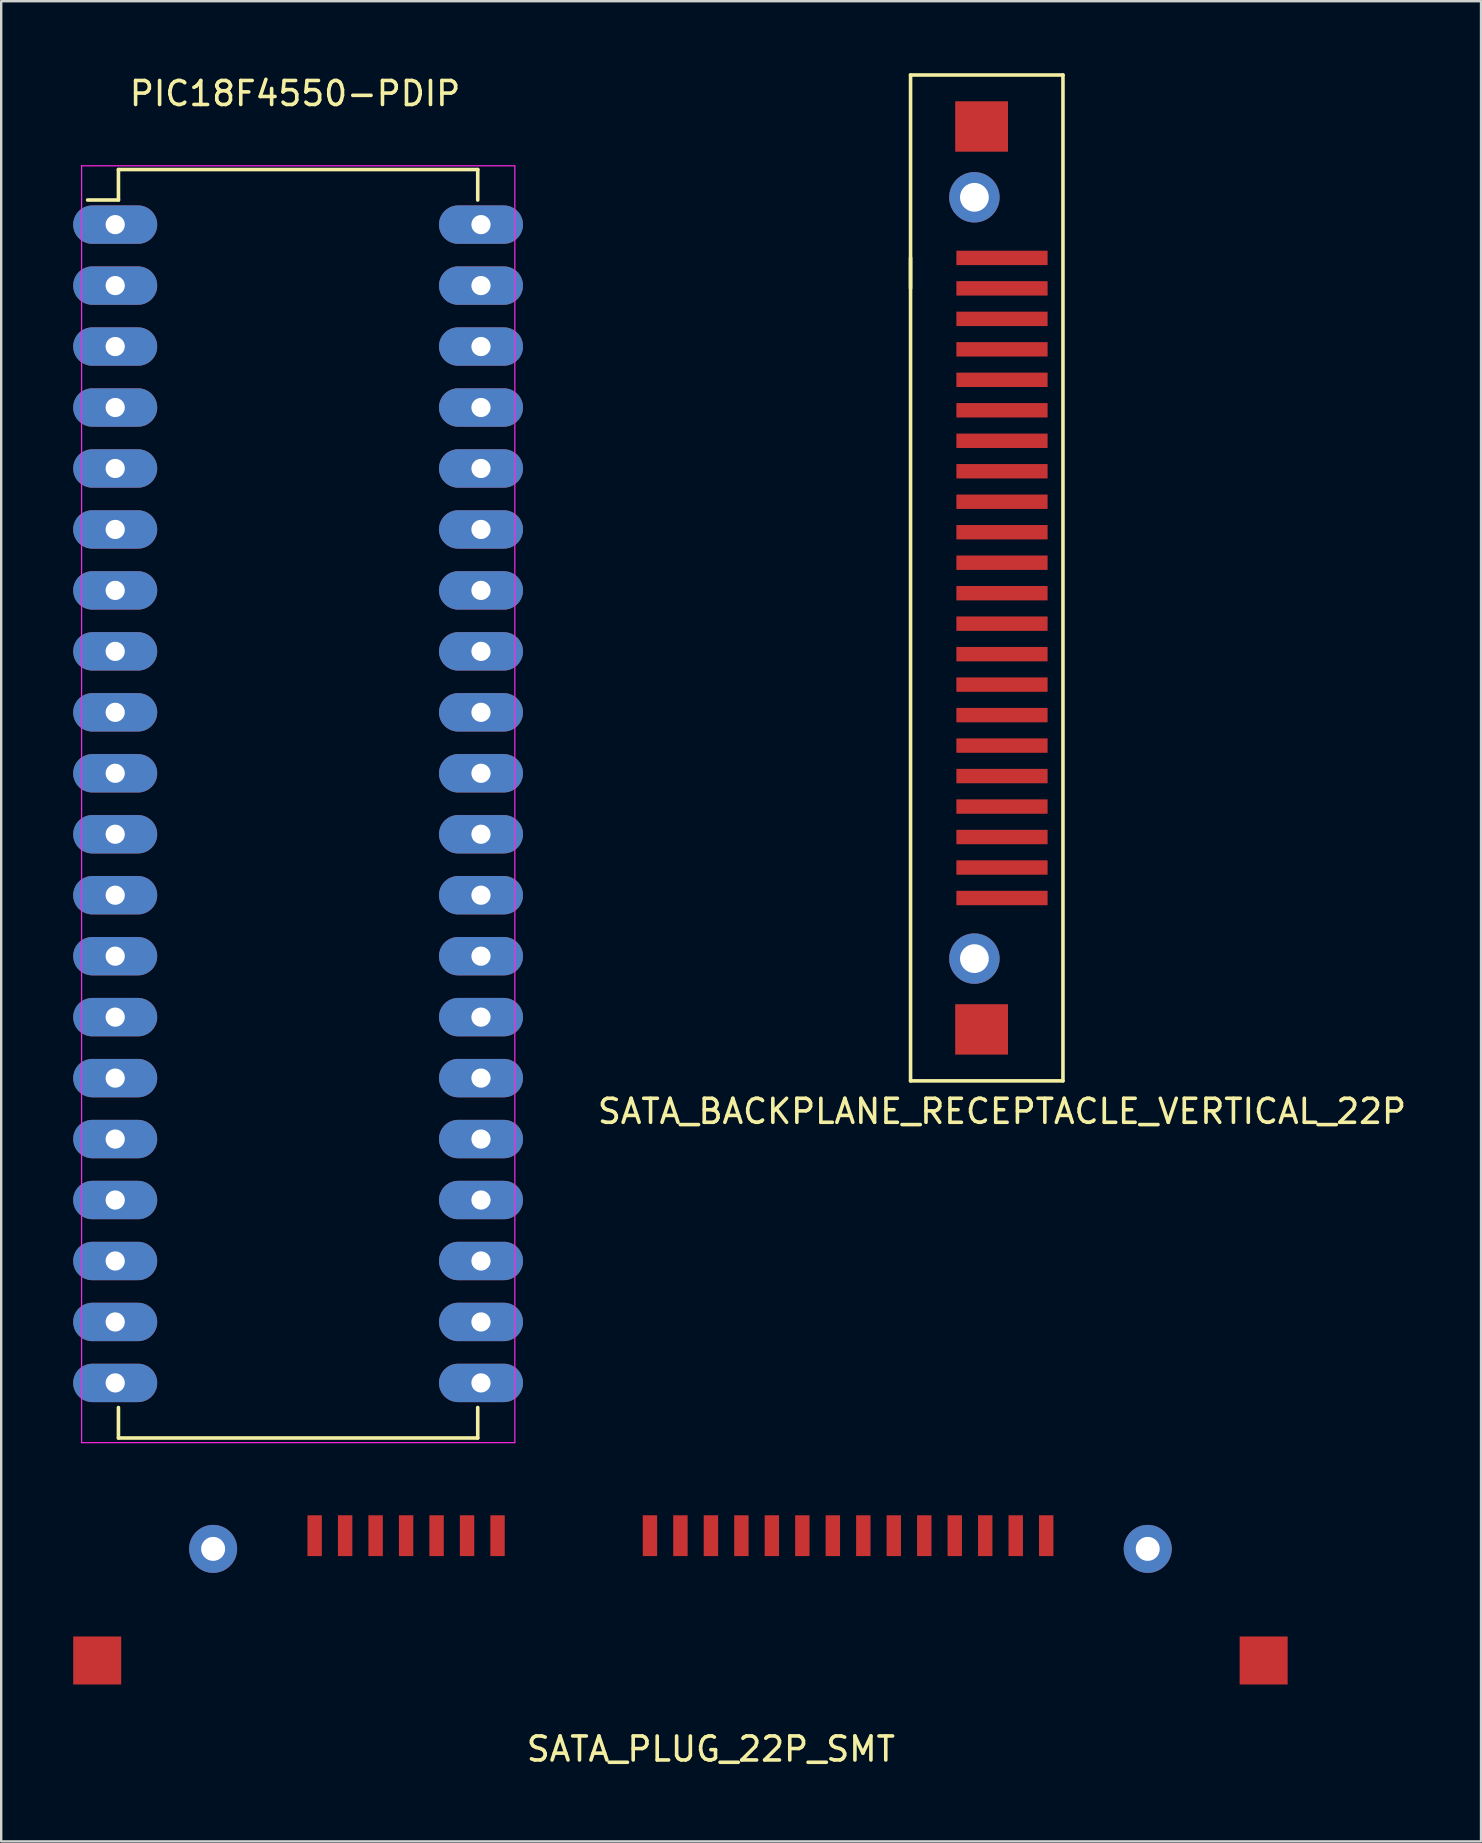
<source format=kicad_pcb>
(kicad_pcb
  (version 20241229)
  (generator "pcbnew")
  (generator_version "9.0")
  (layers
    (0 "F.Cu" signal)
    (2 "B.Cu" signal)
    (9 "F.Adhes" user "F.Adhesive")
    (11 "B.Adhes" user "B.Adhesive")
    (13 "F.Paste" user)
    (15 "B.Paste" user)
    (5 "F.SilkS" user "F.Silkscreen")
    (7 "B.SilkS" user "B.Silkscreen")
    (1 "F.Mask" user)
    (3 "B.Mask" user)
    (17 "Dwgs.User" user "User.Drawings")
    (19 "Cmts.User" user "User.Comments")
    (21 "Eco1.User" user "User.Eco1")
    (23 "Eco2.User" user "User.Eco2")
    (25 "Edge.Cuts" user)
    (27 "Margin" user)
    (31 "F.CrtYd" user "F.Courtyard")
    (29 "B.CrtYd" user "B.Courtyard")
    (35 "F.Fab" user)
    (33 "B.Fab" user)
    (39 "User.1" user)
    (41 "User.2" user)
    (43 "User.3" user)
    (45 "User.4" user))
  (footprint "PIC18F4550-PDIP"
    (layer "F.Cu")
    (at 1.75 6.309)
    (property "Reference" "PIC18F4550-PDIP" (at 7.493 -5.461 0) (layer "F.SilkS") (effects (font (size 1 1) (thickness 0.15))))
    (attr through_hole)
    (fp_line (start 0.135 -2.295) (end 0.135 -1.025) (stroke (width 0.15) (type solid)) (layer "F.SilkS"))
    (fp_line (start 0.135 -2.295) (end 15.105 -2.295) (stroke (width 0.15) (type solid)) (layer "F.SilkS"))
    (fp_line (start 0.135 -1.025) (end -1.15 -1.025) (stroke (width 0.15) (type solid)) (layer "F.SilkS"))
    (fp_line (start 0.135 50.555) (end 0.135 49.285) (stroke (width 0.15) (type solid)) (layer "F.SilkS"))
    (fp_line (start 0.135 50.555) (end 15.105 50.555) (stroke (width 0.15) (type solid)) (layer "F.SilkS"))
    (fp_line (start 15.105 -2.295) (end 15.105 -1.025) (stroke (width 0.15) (type solid)) (layer "F.SilkS"))
    (fp_line (start 15.105 50.555) (end 15.105 49.285) (stroke (width 0.15) (type solid)) (layer "F.SilkS"))
    (fp_line (start -1.4 -2.45) (end -1.4 50.75) (stroke (width 0.05) (type solid)) (layer "F.CrtYd"))
    (fp_line (start -1.4 -2.45) (end 16.65 -2.45) (stroke (width 0.05) (type solid)) (layer "F.CrtYd"))
    (fp_line (start -1.4 50.75) (end 16.65 50.75) (stroke (width 0.05) (type solid)) (layer "F.CrtYd"))
    (fp_line (start 16.65 -2.45) (end 16.65 50.75) (stroke (width 0.05) (type solid)) (layer "F.CrtYd"))
    (pad "1" thru_hole oval (at 0 0) (size 3.5 1.6) (drill 0.8) (layers "*.Cu" "*.Mask"))
    (pad "2" thru_hole oval (at 0 2.54) (size 3.5 1.6) (drill 0.8) (layers "*.Cu" "*.Mask"))
    (pad "3" thru_hole oval (at 0 5.08) (size 3.5 1.6) (drill 0.8) (layers "*.Cu" "*.Mask"))
    (pad "4" thru_hole oval (at 0 7.62) (size 3.5 1.6) (drill 0.8) (layers "*.Cu" "*.Mask"))
    (pad "5" thru_hole oval (at 0 10.16) (size 3.5 1.6) (drill 0.8) (layers "*.Cu" "*.Mask"))
    (pad "6" thru_hole oval (at 0 12.7) (size 3.5 1.6) (drill 0.8) (layers "*.Cu" "*.Mask"))
    (pad "7" thru_hole oval (at 0 15.24) (size 3.5 1.6) (drill 0.8) (layers "*.Cu" "*.Mask"))
    (pad "8" thru_hole oval (at 0 17.78) (size 3.5 1.6) (drill 0.8) (layers "*.Cu" "*.Mask"))
    (pad "9" thru_hole oval (at 0 20.32) (size 3.5 1.6) (drill 0.8) (layers "*.Cu" "*.Mask"))
    (pad "10" thru_hole oval (at 0 22.86) (size 3.5 1.6) (drill 0.8) (layers "*.Cu" "*.Mask"))
    (pad "11" thru_hole oval (at 0 25.4) (size 3.5 1.6) (drill 0.8) (layers "*.Cu" "*.Mask"))
    (pad "12" thru_hole oval (at 0 27.94) (size 3.5 1.6) (drill 0.8) (layers "*.Cu" "*.Mask"))
    (pad "13" thru_hole oval (at 0 30.48) (size 3.5 1.6) (drill 0.8) (layers "*.Cu" "*.Mask"))
    (pad "14" thru_hole oval (at 0 33.02) (size 3.5 1.6) (drill 0.8) (layers "*.Cu" "*.Mask"))
    (pad "15" thru_hole oval (at 0 35.56) (size 3.5 1.6) (drill 0.8) (layers "*.Cu" "*.Mask"))
    (pad "16" thru_hole oval (at 0 38.1) (size 3.5 1.6) (drill 0.8) (layers "*.Cu" "*.Mask"))
    (pad "17" thru_hole oval (at 0 40.64) (size 3.5 1.6) (drill 0.8) (layers "*.Cu" "*.Mask"))
    (pad "18" thru_hole oval (at 0 43.18) (size 3.5 1.6) (drill 0.8) (layers "*.Cu" "*.Mask"))
    (pad "19" thru_hole oval (at 0 45.72) (size 3.5 1.6) (drill 0.8) (layers "*.Cu" "*.Mask"))
    (pad "20" thru_hole oval (at 0 48.26) (size 3.5 1.6) (drill 0.8) (layers "*.Cu" "*.Mask"))
    (pad "21" thru_hole oval (at 15.24 48.26) (size 3.5 1.6) (drill 0.8) (layers "*.Cu" "*.Mask"))
    (pad "22" thru_hole oval (at 15.24 45.72) (size 3.5 1.6) (drill 0.8) (layers "*.Cu" "*.Mask"))
    (pad "23" thru_hole oval (at 15.24 43.18) (size 3.5 1.6) (drill 0.8) (layers "*.Cu" "*.Mask"))
    (pad "24" thru_hole oval (at 15.24 40.64) (size 3.5 1.6) (drill 0.8) (layers "*.Cu" "*.Mask"))
    (pad "25" thru_hole oval (at 15.24 38.1) (size 3.5 1.6) (drill 0.8) (layers "*.Cu" "*.Mask"))
    (pad "26" thru_hole oval (at 15.24 35.56) (size 3.5 1.6) (drill 0.8) (layers "*.Cu" "*.Mask"))
    (pad "27" thru_hole oval (at 15.24 33.02) (size 3.5 1.6) (drill 0.8) (layers "*.Cu" "*.Mask"))
    (pad "28" thru_hole oval (at 15.24 30.48) (size 3.5 1.6) (drill 0.8) (layers "*.Cu" "*.Mask"))
    (pad "29" thru_hole oval (at 15.24 27.94) (size 3.5 1.6) (drill 0.8) (layers "*.Cu" "*.Mask"))
    (pad "30" thru_hole oval (at 15.24 25.4) (size 3.5 1.6) (drill 0.8) (layers "*.Cu" "*.Mask"))
    (pad "31" thru_hole oval (at 15.24 22.86) (size 3.5 1.6) (drill 0.8) (layers "*.Cu" "*.Mask"))
    (pad "32" thru_hole oval (at 15.24 20.32) (size 3.5 1.6) (drill 0.8) (layers "*.Cu" "*.Mask"))
    (pad "33" thru_hole oval (at 15.24 17.78) (size 3.5 1.6) (drill 0.8) (layers "*.Cu" "*.Mask"))
    (pad "34" thru_hole oval (at 15.24 15.24) (size 3.5 1.6) (drill 0.8) (layers "*.Cu" "*.Mask"))
    (pad "35" thru_hole oval (at 15.24 12.7) (size 3.5 1.6) (drill 0.8) (layers "*.Cu" "*.Mask"))
    (pad "36" thru_hole oval (at 15.24 10.16) (size 3.5 1.6) (drill 0.8) (layers "*.Cu" "*.Mask"))
    (pad "37" thru_hole oval (at 15.24 7.62) (size 3.5 1.6) (drill 0.8) (layers "*.Cu" "*.Mask"))
    (pad "38" thru_hole oval (at 15.24 5.08) (size 3.5 1.6) (drill 0.8) (layers "*.Cu" "*.Mask"))
    (pad "39" thru_hole oval (at 15.24 2.54) (size 3.5 1.6) (drill 0.8) (layers "*.Cu" "*.Mask"))
    (pad "40" thru_hole oval (at 15.24 0) (size 3.5 1.6) (drill 0.8) (layers "*.Cu" "*.Mask")))
  (footprint "SATA_BACKPLANE_RECEPTACLE_VERTICAL_22P"
    (layer "F.Cu")
    (at 36.158 7.695)
    (property "Reference" "SATA_BACKPLANE_RECEPTACLE_VERTICAL_22P" (at 2.54 35.56 0) (layer "F.SilkS") (effects (font (size 1 1) (thickness 0.15))))
    (attr through_hole)
    (fp_line (start -1.27 -7.62) (end -1.27 1.27) (stroke (width 0.15) (type solid)) (layer "F.SilkS"))
    (fp_line (start -1.27 -7.62) (end 5.08 -7.62) (stroke (width 0.15) (type solid)) (layer "F.SilkS"))
    (fp_line (start -1.27 34.29) (end -1.27 0) (stroke (width 0.15) (type solid)) (layer "F.SilkS"))
    (fp_line (start 5.08 -7.62) (end 5.08 34.29) (stroke (width 0.15) (type solid)) (layer "F.SilkS"))
    (fp_line (start 5.08 34.29) (end -1.27 34.29) (stroke (width 0.15) (type solid)) (layer "F.SilkS"))
    (pad "" np_thru_hole circle (at 1.39 -2.525) (size 2.1 2.1) (drill 1.2) (layers "*.Cu" "*.Mask"))
    (pad "" np_thru_hole circle (at 1.39 29.195) (size 2.1 2.1) (drill 1.2) (layers "*.Cu" "*.Mask"))
    (pad "1" smd rect (at 2.54 0) (size 3.8 0.6) (layers "F.Cu" "F.Mask" "F.Paste"))
    (pad "2" smd rect (at 2.54 1.27) (size 3.8 0.6) (layers "F.Cu" "F.Mask" "F.Paste"))
    (pad "3" smd rect (at 2.54 2.54) (size 3.8 0.6) (layers "F.Cu" "F.Mask" "F.Paste"))
    (pad "4" smd rect (at 2.54 3.81) (size 3.8 0.6) (layers "F.Cu" "F.Mask" "F.Paste"))
    (pad "5" smd rect (at 2.54 5.08) (size 3.8 0.6) (layers "F.Cu" "F.Mask" "F.Paste"))
    (pad "6" smd rect (at 2.54 6.35) (size 3.8 0.6) (layers "F.Cu" "F.Mask" "F.Paste"))
    (pad "7" smd rect (at 2.54 7.62) (size 3.8 0.6) (layers "F.Cu" "F.Mask" "F.Paste"))
    (pad "8" smd rect (at 2.54 8.89) (size 3.8 0.6) (layers "F.Cu" "F.Mask" "F.Paste"))
    (pad "9" smd rect (at 2.54 10.16) (size 3.8 0.6) (layers "F.Cu" "F.Mask" "F.Paste"))
    (pad "10" smd rect (at 2.54 11.43) (size 3.8 0.6) (layers "F.Cu" "F.Mask" "F.Paste"))
    (pad "11" smd rect (at 2.54 12.7) (size 3.8 0.6) (layers "F.Cu" "F.Mask" "F.Paste"))
    (pad "12" smd rect (at 2.54 13.97) (size 3.8 0.6) (layers "F.Cu" "F.Mask" "F.Paste"))
    (pad "13" smd rect (at 2.54 15.24) (size 3.8 0.6) (layers "F.Cu" "F.Mask" "F.Paste"))
    (pad "14" smd rect (at 2.54 16.51) (size 3.8 0.6) (layers "F.Cu" "F.Mask" "F.Paste"))
    (pad "15" smd rect (at 2.54 17.78) (size 3.8 0.6) (layers "F.Cu" "F.Mask" "F.Paste"))
    (pad "16" smd rect (at 2.54 19.05) (size 3.8 0.6) (layers "F.Cu" "F.Mask" "F.Paste"))
    (pad "17" smd rect (at 2.54 20.32) (size 3.8 0.6) (layers "F.Cu" "F.Mask" "F.Paste"))
    (pad "18" smd rect (at 2.54 21.59) (size 3.8 0.6) (layers "F.Cu" "F.Mask" "F.Paste"))
    (pad "19" smd rect (at 2.54 22.86) (size 3.8 0.6) (layers "F.Cu" "F.Mask" "F.Paste"))
    (pad "20" smd rect (at 2.54 24.13) (size 3.8 0.6) (layers "F.Cu" "F.Mask" "F.Paste"))
    (pad "21" smd rect (at 2.54 25.4) (size 3.8 0.6) (layers "F.Cu" "F.Mask" "F.Paste"))
    (pad "22" smd rect (at 2.54 26.67) (size 3.8 0.6) (layers "F.Cu" "F.Mask" "F.Paste"))
    (pad "23" smd rect (at 1.69 -5.475) (size 2.2 2.1) (layers "F.Cu" "F.Mask" "F.Paste"))
    (pad "23" smd rect (at 1.69 32.145) (size 2.2 2.1) (layers "F.Cu" "F.Mask" "F.Paste")))
  (footprint "SATA_PLUG_22P_SMT"
    (layer "F.Cu")
    (at 10.06 60.934)
    (property "Reference" "SATA_PLUG_22P_SMT" (at 16.51 8.89 0) (layer "F.SilkS") (effects (font (size 1 1) (thickness 0.15))))
    (attr through_hole)
    (pad "1" smd rect (at 0 0) (size 0.6 1.7) (layers "F.Cu" "F.Mask" "F.Paste"))
    (pad "2" smd rect (at 1.27 0) (size 0.6 1.7) (layers "F.Cu" "F.Mask" "F.Paste"))
    (pad "3" smd rect (at 2.54 0) (size 0.6 1.7) (layers "F.Cu" "F.Mask" "F.Paste"))
    (pad "4" smd rect (at 3.81 0) (size 0.6 1.7) (layers "F.Cu" "F.Mask" "F.Paste"))
    (pad "5" smd rect (at 5.08 0) (size 0.6 1.7) (layers "F.Cu" "F.Mask" "F.Paste"))
    (pad "6" smd rect (at 6.35 0) (size 0.6 1.7) (layers "F.Cu" "F.Mask" "F.Paste"))
    (pad "7" smd rect (at 7.62 0) (size 0.6 1.7) (layers "F.Cu" "F.Mask" "F.Paste"))
    (pad "8" smd rect (at 13.97 0) (size 0.6 1.7) (layers "F.Cu" "F.Mask" "F.Paste"))
    (pad "9" thru_hole circle (at 34.71 0.55) (size 2 2) (drill 1) (layers "*.Cu" "*.Mask"))
    (pad "10" thru_hole circle (at -4.23 0.55) (size 2 2) (drill 1) (layers "*.Cu" "*.Mask"))
    (pad "10" smd rect (at 15.24 0) (size 0.6 1.7) (layers "F.Cu" "F.Mask" "F.Paste"))
    (pad "11" smd rect (at 16.51 0) (size 0.6 1.7) (layers "F.Cu" "F.Mask" "F.Paste"))
    (pad "12" smd rect (at 17.78 0) (size 0.6 1.7) (layers "F.Cu" "F.Mask" "F.Paste"))
    (pad "13" smd rect (at 19.05 0) (size 0.6 1.7) (layers "F.Cu" "F.Mask" "F.Paste"))
    (pad "14" smd rect (at 20.32 0) (size 0.6 1.7) (layers "F.Cu" "F.Mask" "F.Paste"))
    (pad "15" smd rect (at 21.59 0) (size 0.6 1.7) (layers "F.Cu" "F.Mask" "F.Paste"))
    (pad "16" smd rect (at 22.86 0) (size 0.6 1.7) (layers "F.Cu" "F.Mask" "F.Paste"))
    (pad "17" smd rect (at 24.13 0) (size 0.6 1.7) (layers "F.Cu" "F.Mask" "F.Paste"))
    (pad "18" smd rect (at 25.4 0) (size 0.6 1.7) (layers "F.Cu" "F.Mask" "F.Paste"))
    (pad "19" smd rect (at 26.67 0) (size 0.6 1.7) (layers "F.Cu" "F.Mask" "F.Paste"))
    (pad "20" smd rect (at 27.94 0) (size 0.6 1.7) (layers "F.Cu" "F.Mask" "F.Paste"))
    (pad "21" smd rect (at 29.21 0) (size 0.6 1.7) (layers "F.Cu" "F.Mask" "F.Paste"))
    (pad "22" smd rect (at 30.48 0) (size 0.6 1.7) (layers "F.Cu" "F.Mask" "F.Paste"))
    (pad "23" smd rect (at -9.06 5.2) (size 2 2) (layers "F.Cu" "F.Mask" "F.Paste"))
    (pad "24" smd rect (at 39.54 5.2) (size 2 2) (layers "F.Cu" "F.Mask" "F.Paste")))
  (gr_rect
    (start -3 -3)
    (end 58.657 73.672)
    (stroke (width 0.1) (type default))
    (fill no)
    (layer "Edge.Cuts")))
</source>
